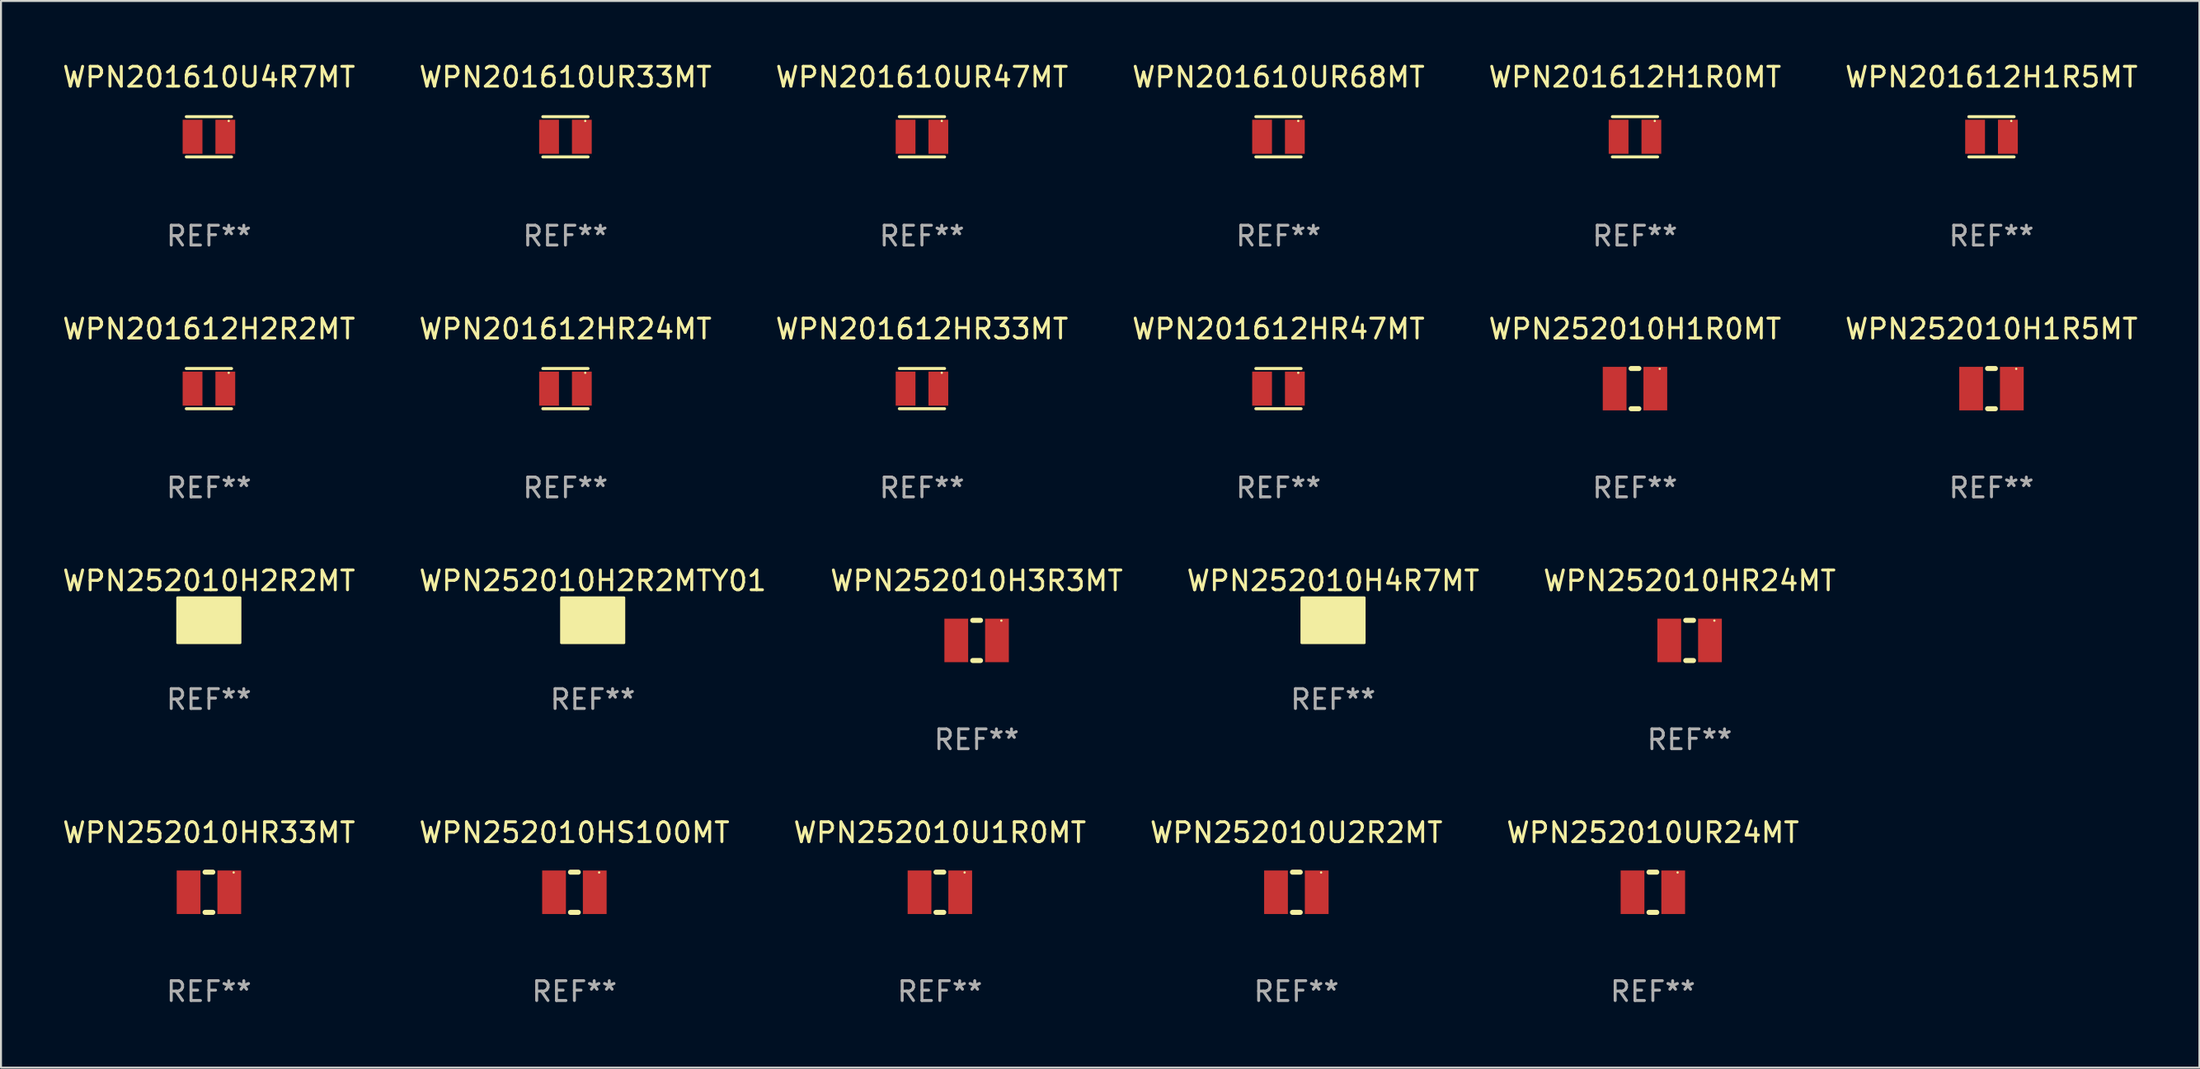
<source format=kicad_pcb>
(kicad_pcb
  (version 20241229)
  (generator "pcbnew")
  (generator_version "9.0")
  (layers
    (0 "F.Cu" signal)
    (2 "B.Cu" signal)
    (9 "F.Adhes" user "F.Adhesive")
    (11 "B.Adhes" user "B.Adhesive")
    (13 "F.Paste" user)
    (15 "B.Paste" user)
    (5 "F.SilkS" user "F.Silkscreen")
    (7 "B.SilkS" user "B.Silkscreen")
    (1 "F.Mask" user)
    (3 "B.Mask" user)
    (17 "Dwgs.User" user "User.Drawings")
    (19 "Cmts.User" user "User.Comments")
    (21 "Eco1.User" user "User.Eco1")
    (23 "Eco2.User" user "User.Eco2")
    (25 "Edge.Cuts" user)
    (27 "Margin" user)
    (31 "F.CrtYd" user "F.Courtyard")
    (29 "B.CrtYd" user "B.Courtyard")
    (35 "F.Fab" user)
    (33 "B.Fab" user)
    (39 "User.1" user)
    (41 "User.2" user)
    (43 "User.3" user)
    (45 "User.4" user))
  (footprint "WPN201610U4R7MT"
    (layer "F.Cu")
    (at 7.506 3.864)
    (property "Reference" "WPN201610U4R7MT" (at 0 -3.016 0) (layer "F.SilkS") (effects (font (size 1 1) (thickness 0.15))))
    (attr through_hole)
    (fp_line (start -1.143 -1.016) (end 1.143 -1.016) (stroke (width 0.152) (type solid)) (layer "F.SilkS"))
    (fp_line (start 1.143 1.016) (end -1.143 1.016) (stroke (width 0.152) (type solid)) (layer "F.SilkS"))
    (fp_circle (center 1 -0.8) (end 1.03 -0.8) (stroke (width 0.06) (type solid)) (fill no) (layer "F.SilkS"))
    (fp_text user "REF**" (at 0 5.016 0) (layer "F.Fab") (effects (font (size 1 1) (thickness 0.15))))
    (pad "1" smd rect (at 0.828 0) (size 1 1.72) (layers "F.Cu" "F.Mask" "F.Paste"))
    (pad "2" smd rect (at -0.828 0) (size 1 1.72) (layers "F.Cu" "F.Mask" "F.Paste")))
  (footprint "WPN252010UR24MT"
    (layer "F.Cu")
    (at 80.458 42.05)
    (property "Reference" "WPN252010UR24MT" (at 0 -3.016 0) (layer "F.SilkS") (effects (font (size 1 1) (thickness 0.15))))
    (attr through_hole)
    (fp_line (start -0.197 1.016) (end 0.197 1.016) (stroke (width 0.254) (type solid)) (layer "F.SilkS"))
    (fp_line (start 0.197 -1.016) (end -0.197 -1.016) (stroke (width 0.254) (type solid)) (layer "F.SilkS"))
    (fp_circle (center 1.25 -1) (end 1.28 -1) (stroke (width 0.06) (type solid)) (fill no) (layer "F.SilkS"))
    (fp_text user "REF**" (at 0 5.016 0) (layer "F.Fab") (effects (font (size 1 1) (thickness 0.15))))
    (pad "1" smd rect (at 1.028 0) (size 1.2 2.2) (layers "F.Cu" "F.Mask" "F.Paste"))
    (pad "2" smd rect (at -1.028 0) (size 1.2 2.2) (layers "F.Cu" "F.Mask" "F.Paste")))
  (footprint "WPN201612H1R5MT"
    (layer "F.Cu")
    (at 97.565 3.864)
    (property "Reference" "WPN201612H1R5MT" (at 0 -3.016 0) (layer "F.SilkS") (effects (font (size 1 1) (thickness 0.15))))
    (attr through_hole)
    (fp_line (start -1.143 -1.016) (end 1.143 -1.016) (stroke (width 0.152) (type solid)) (layer "F.SilkS"))
    (fp_line (start 1.143 1.016) (end -1.143 1.016) (stroke (width 0.152) (type solid)) (layer "F.SilkS"))
    (fp_circle (center 1 -0.8) (end 1.03 -0.8) (stroke (width 0.06) (type solid)) (fill no) (layer "F.SilkS"))
    (fp_text user "REF**" (at 0 5.016 0) (layer "F.Fab") (effects (font (size 1 1) (thickness 0.15))))
    (pad "1" smd rect (at 0.828 0) (size 1 1.72) (layers "F.Cu" "F.Mask" "F.Paste"))
    (pad "2" smd rect (at -0.828 0) (size 1 1.72) (layers "F.Cu" "F.Mask" "F.Paste")))
  (footprint "WPN201610UR68MT"
    (layer "F.Cu")
    (at 61.542 3.864)
    (property "Reference" "WPN201610UR68MT" (at 0 -3.016 0) (layer "F.SilkS") (effects (font (size 1 1) (thickness 0.15))))
    (attr through_hole)
    (fp_line (start -1.143 -1.016) (end 1.143 -1.016) (stroke (width 0.152) (type solid)) (layer "F.SilkS"))
    (fp_line (start 1.143 1.016) (end -1.143 1.016) (stroke (width 0.152) (type solid)) (layer "F.SilkS"))
    (fp_circle (center 1 -0.8) (end 1.03 -0.8) (stroke (width 0.06) (type solid)) (fill no) (layer "F.SilkS"))
    (fp_text user "REF**" (at 0 5.016 0) (layer "F.Fab") (effects (font (size 1 1) (thickness 0.15))))
    (pad "1" smd rect (at 0.828 0) (size 1 1.72) (layers "F.Cu" "F.Mask" "F.Paste"))
    (pad "2" smd rect (at -0.828 0) (size 1 1.72) (layers "F.Cu" "F.Mask" "F.Paste")))
  (footprint "WPN252010U2R2MT"
    (layer "F.Cu")
    (at 62.446 42.05)
    (property "Reference" "WPN252010U2R2MT" (at 0 -3.016 0) (layer "F.SilkS") (effects (font (size 1 1) (thickness 0.15))))
    (attr through_hole)
    (fp_line (start -0.197 1.016) (end 0.197 1.016) (stroke (width 0.254) (type solid)) (layer "F.SilkS"))
    (fp_line (start 0.197 -1.016) (end -0.197 -1.016) (stroke (width 0.254) (type solid)) (layer "F.SilkS"))
    (fp_circle (center 1.25 -1) (end 1.28 -1) (stroke (width 0.06) (type solid)) (fill no) (layer "F.SilkS"))
    (fp_text user "REF**" (at 0 5.016 0) (layer "F.Fab") (effects (font (size 1 1) (thickness 0.15))))
    (pad "1" smd rect (at 1.028 0) (size 1.2 2.2) (layers "F.Cu" "F.Mask" "F.Paste"))
    (pad "2" smd rect (at -1.028 0) (size 1.2 2.2) (layers "F.Cu" "F.Mask" "F.Paste")))
  (footprint "WPN201612HR47MT"
    (layer "F.Cu")
    (at 61.542 16.593)
    (property "Reference" "WPN201612HR47MT" (at 0 -3.016 0) (layer "F.SilkS") (effects (font (size 1 1) (thickness 0.15))))
    (attr through_hole)
    (fp_line (start -1.143 -1.016) (end 1.143 -1.016) (stroke (width 0.152) (type solid)) (layer "F.SilkS"))
    (fp_line (start 1.143 1.016) (end -1.143 1.016) (stroke (width 0.152) (type solid)) (layer "F.SilkS"))
    (fp_circle (center 1 -0.8) (end 1.03 -0.8) (stroke (width 0.06) (type solid)) (fill no) (layer "F.SilkS"))
    (fp_text user "REF**" (at 0 5.016 0) (layer "F.Fab") (effects (font (size 1 1) (thickness 0.15))))
    (pad "1" smd rect (at 0.828 0) (size 1 1.72) (layers "F.Cu" "F.Mask" "F.Paste"))
    (pad "2" smd rect (at -0.828 0) (size 1 1.72) (layers "F.Cu" "F.Mask" "F.Paste")))
  (footprint "WPN252010H1R5MT"
    (layer "F.Cu")
    (at 97.565 16.593)
    (property "Reference" "WPN252010H1R5MT" (at 0 -3.016 0) (layer "F.SilkS") (effects (font (size 1 1) (thickness 0.15))))
    (attr through_hole)
    (fp_line (start -0.197 1.016) (end 0.197 1.016) (stroke (width 0.254) (type solid)) (layer "F.SilkS"))
    (fp_line (start 0.197 -1.016) (end -0.197 -1.016) (stroke (width 0.254) (type solid)) (layer "F.SilkS"))
    (fp_circle (center 1.25 -1) (end 1.28 -1) (stroke (width 0.06) (type solid)) (fill no) (layer "F.SilkS"))
    (fp_text user "REF**" (at 0 5.016 0) (layer "F.Fab") (effects (font (size 1 1) (thickness 0.15))))
    (pad "1" smd rect (at 1.028 0) (size 1.2 2.2) (layers "F.Cu" "F.Mask" "F.Paste"))
    (pad "2" smd rect (at -1.028 0) (size 1.2 2.2) (layers "F.Cu" "F.Mask" "F.Paste")))
  (footprint "WPN252010HR24MT"
    (layer "F.Cu")
    (at 82.315 29.321)
    (property "Reference" "WPN252010HR24MT" (at 0 -3.016 0) (layer "F.SilkS") (effects (font (size 1 1) (thickness 0.15))))
    (attr through_hole)
    (fp_line (start -0.197 1.016) (end 0.197 1.016) (stroke (width 0.254) (type solid)) (layer "F.SilkS"))
    (fp_line (start 0.197 -1.016) (end -0.197 -1.016) (stroke (width 0.254) (type solid)) (layer "F.SilkS"))
    (fp_circle (center 1.25 -1) (end 1.28 -1) (stroke (width 0.06) (type solid)) (fill no) (layer "F.SilkS"))
    (fp_text user "REF**" (at 0 5.016 0) (layer "F.Fab") (effects (font (size 1 1) (thickness 0.15))))
    (pad "1" smd rect (at 1.028 0) (size 1.2 2.2) (layers "F.Cu" "F.Mask" "F.Paste"))
    (pad "2" smd rect (at -1.028 0) (size 1.2 2.2) (layers "F.Cu" "F.Mask" "F.Paste")))
  (footprint "WPN252010H2R2MTY01"
    (layer "F.Cu")
    (at 26.899 28.305)
    (property "Reference" "WPN252010H2R2MTY01" (at 0 -2 0) (layer "F.SilkS") (effects (font (size 1 1) (thickness 0.15))))
    (attr through_hole)
    (fp_circle (center -1.25 -1) (end -1.22 -1) (stroke (width 0.06) (type solid)) (fill no) (layer "F.SilkS"))
    (fp_poly (pts (xy -1.59 -1.148) (xy 1.58 -1.148) (xy 1.58 1.14) (xy -1.59 1.14)) (stroke (width 0.12) (type solid)) (fill yes) (layer "F.SilkS"))
    (fp_text user "REF**" (at 0 4 0) (layer "F.Fab") (effects (font (size 1 1) (thickness 0.15))))
    (pad "1" smd rect (at -0.95 0) (size 0.95 2) (layers "F.Cu" "F.Mask" "F.Paste"))
    (pad "2" smd rect (at 0.95 0) (size 0.95 2) (layers "F.Cu" "F.Mask" "F.Paste")))
  (footprint "WPN252010HS100MT"
    (layer "F.Cu")
    (at 25.97 42.05)
    (property "Reference" "WPN252010HS100MT" (at 0 -3.016 0) (layer "F.SilkS") (effects (font (size 1 1) (thickness 0.15))))
    (attr through_hole)
    (fp_line (start -0.197 1.016) (end 0.197 1.016) (stroke (width 0.254) (type solid)) (layer "F.SilkS"))
    (fp_line (start 0.197 -1.016) (end -0.197 -1.016) (stroke (width 0.254) (type solid)) (layer "F.SilkS"))
    (fp_circle (center 1.25 -1) (end 1.28 -1) (stroke (width 0.06) (type solid)) (fill no) (layer "F.SilkS"))
    (fp_text user "REF**" (at 0 5.016 0) (layer "F.Fab") (effects (font (size 1 1) (thickness 0.15))))
    (pad "1" smd rect (at 1.028 0) (size 1.2 2.2) (layers "F.Cu" "F.Mask" "F.Paste"))
    (pad "2" smd rect (at -1.028 0) (size 1.2 2.2) (layers "F.Cu" "F.Mask" "F.Paste")))
  (footprint "WPN201610UR47MT"
    (layer "F.Cu")
    (at 43.53 3.864)
    (property "Reference" "WPN201610UR47MT" (at 0 -3.016 0) (layer "F.SilkS") (effects (font (size 1 1) (thickness 0.15))))
    (attr through_hole)
    (fp_line (start -1.143 -1.016) (end 1.143 -1.016) (stroke (width 0.152) (type solid)) (layer "F.SilkS"))
    (fp_line (start 1.143 1.016) (end -1.143 1.016) (stroke (width 0.152) (type solid)) (layer "F.SilkS"))
    (fp_circle (center 1 -0.8) (end 1.03 -0.8) (stroke (width 0.06) (type solid)) (fill no) (layer "F.SilkS"))
    (fp_text user "REF**" (at 0 5.016 0) (layer "F.Fab") (effects (font (size 1 1) (thickness 0.15))))
    (pad "1" smd rect (at 0.828 0) (size 1 1.72) (layers "F.Cu" "F.Mask" "F.Paste"))
    (pad "2" smd rect (at -0.828 0) (size 1 1.72) (layers "F.Cu" "F.Mask" "F.Paste")))
  (footprint "WPN201612H1R0MT"
    (layer "F.Cu")
    (at 79.554 3.864)
    (property "Reference" "WPN201612H1R0MT" (at 0 -3.016 0) (layer "F.SilkS") (effects (font (size 1 1) (thickness 0.15))))
    (attr through_hole)
    (fp_line (start -1.143 -1.016) (end 1.143 -1.016) (stroke (width 0.152) (type solid)) (layer "F.SilkS"))
    (fp_line (start 1.143 1.016) (end -1.143 1.016) (stroke (width 0.152) (type solid)) (layer "F.SilkS"))
    (fp_circle (center 1 -0.8) (end 1.03 -0.8) (stroke (width 0.06) (type solid)) (fill no) (layer "F.SilkS"))
    (fp_text user "REF**" (at 0 5.016 0) (layer "F.Fab") (effects (font (size 1 1) (thickness 0.15))))
    (pad "1" smd rect (at 0.828 0) (size 1 1.72) (layers "F.Cu" "F.Mask" "F.Paste"))
    (pad "2" smd rect (at -0.828 0) (size 1 1.72) (layers "F.Cu" "F.Mask" "F.Paste")))
  (footprint "WPN201612H2R2MT"
    (layer "F.Cu")
    (at 7.506 16.593)
    (property "Reference" "WPN201612H2R2MT" (at 0 -3.016 0) (layer "F.SilkS") (effects (font (size 1 1) (thickness 0.15))))
    (attr through_hole)
    (fp_line (start -1.143 -1.016) (end 1.143 -1.016) (stroke (width 0.152) (type solid)) (layer "F.SilkS"))
    (fp_line (start 1.143 1.016) (end -1.143 1.016) (stroke (width 0.152) (type solid)) (layer "F.SilkS"))
    (fp_circle (center 1 -0.8) (end 1.03 -0.8) (stroke (width 0.06) (type solid)) (fill no) (layer "F.SilkS"))
    (fp_text user "REF**" (at 0 5.016 0) (layer "F.Fab") (effects (font (size 1 1) (thickness 0.15))))
    (pad "1" smd rect (at 0.828 0) (size 1 1.72) (layers "F.Cu" "F.Mask" "F.Paste"))
    (pad "2" smd rect (at -0.828 0) (size 1 1.72) (layers "F.Cu" "F.Mask" "F.Paste")))
  (footprint "WPN201612HR33MT"
    (layer "F.Cu")
    (at 43.53 16.593)
    (property "Reference" "WPN201612HR33MT" (at 0 -3.016 0) (layer "F.SilkS") (effects (font (size 1 1) (thickness 0.15))))
    (attr through_hole)
    (fp_line (start -1.143 -1.016) (end 1.143 -1.016) (stroke (width 0.152) (type solid)) (layer "F.SilkS"))
    (fp_line (start 1.143 1.016) (end -1.143 1.016) (stroke (width 0.152) (type solid)) (layer "F.SilkS"))
    (fp_circle (center 1 -0.8) (end 1.03 -0.8) (stroke (width 0.06) (type solid)) (fill no) (layer "F.SilkS"))
    (fp_text user "REF**" (at 0 5.016 0) (layer "F.Fab") (effects (font (size 1 1) (thickness 0.15))))
    (pad "1" smd rect (at 0.828 0) (size 1 1.72) (layers "F.Cu" "F.Mask" "F.Paste"))
    (pad "2" smd rect (at -0.828 0) (size 1 1.72) (layers "F.Cu" "F.Mask" "F.Paste")))
  (footprint "WPN201612HR24MT"
    (layer "F.Cu")
    (at 25.518 16.593)
    (property "Reference" "WPN201612HR24MT" (at 0 -3.016 0) (layer "F.SilkS") (effects (font (size 1 1) (thickness 0.15))))
    (attr through_hole)
    (fp_line (start -1.143 -1.016) (end 1.143 -1.016) (stroke (width 0.152) (type solid)) (layer "F.SilkS"))
    (fp_line (start 1.143 1.016) (end -1.143 1.016) (stroke (width 0.152) (type solid)) (layer "F.SilkS"))
    (fp_circle (center 1 -0.8) (end 1.03 -0.8) (stroke (width 0.06) (type solid)) (fill no) (layer "F.SilkS"))
    (fp_text user "REF**" (at 0 5.016 0) (layer "F.Fab") (effects (font (size 1 1) (thickness 0.15))))
    (pad "1" smd rect (at 0.828 0) (size 1 1.72) (layers "F.Cu" "F.Mask" "F.Paste"))
    (pad "2" smd rect (at -0.828 0) (size 1 1.72) (layers "F.Cu" "F.Mask" "F.Paste")))
  (footprint "WPN252010H4R7MT"
    (layer "F.Cu")
    (at 64.304 28.305)
    (property "Reference" "WPN252010H4R7MT" (at 0 -2 0) (layer "F.SilkS") (effects (font (size 1 1) (thickness 0.15))))
    (attr through_hole)
    (fp_circle (center -1.25 -1) (end -1.22 -1) (stroke (width 0.06) (type solid)) (fill no) (layer "F.SilkS"))
    (fp_poly (pts (xy -1.59 -1.148) (xy 1.58 -1.148) (xy 1.58 1.14) (xy -1.59 1.14)) (stroke (width 0.12) (type solid)) (fill yes) (layer "F.SilkS"))
    (fp_text user "REF**" (at 0 4 0) (layer "F.Fab") (effects (font (size 1 1) (thickness 0.15))))
    (pad "1" smd rect (at -0.95 0) (size 0.95 2) (layers "F.Cu" "F.Mask" "F.Paste"))
    (pad "2" smd rect (at 0.95 0) (size 0.95 2) (layers "F.Cu" "F.Mask" "F.Paste")))
  (footprint "WPN252010HR33MT"
    (layer "F.Cu")
    (at 7.506 42.05)
    (property "Reference" "WPN252010HR33MT" (at 0 -3.016 0) (layer "F.SilkS") (effects (font (size 1 1) (thickness 0.15))))
    (attr through_hole)
    (fp_line (start -0.197 1.016) (end 0.197 1.016) (stroke (width 0.254) (type solid)) (layer "F.SilkS"))
    (fp_line (start 0.197 -1.016) (end -0.197 -1.016) (stroke (width 0.254) (type solid)) (layer "F.SilkS"))
    (fp_circle (center 1.25 -1) (end 1.28 -1) (stroke (width 0.06) (type solid)) (fill no) (layer "F.SilkS"))
    (fp_text user "REF**" (at 0 5.016 0) (layer "F.Fab") (effects (font (size 1 1) (thickness 0.15))))
    (pad "1" smd rect (at 1.028 0) (size 1.2 2.2) (layers "F.Cu" "F.Mask" "F.Paste"))
    (pad "2" smd rect (at -1.028 0) (size 1.2 2.2) (layers "F.Cu" "F.Mask" "F.Paste")))
  (footprint "WPN252010H2R2MT"
    (layer "F.Cu")
    (at 7.506 28.305)
    (property "Reference" "WPN252010H2R2MT" (at 0 -2 0) (layer "F.SilkS") (effects (font (size 1 1) (thickness 0.15))))
    (attr through_hole)
    (fp_circle (center -1.25 -1) (end -1.22 -1) (stroke (width 0.06) (type solid)) (fill no) (layer "F.SilkS"))
    (fp_poly (pts (xy -1.59 -1.148) (xy 1.58 -1.148) (xy 1.58 1.14) (xy -1.59 1.14)) (stroke (width 0.12) (type solid)) (fill yes) (layer "F.SilkS"))
    (fp_text user "REF**" (at 0 4 0) (layer "F.Fab") (effects (font (size 1 1) (thickness 0.15))))
    (pad "1" smd rect (at -0.95 0) (size 0.95 2) (layers "F.Cu" "F.Mask" "F.Paste"))
    (pad "2" smd rect (at 0.95 0) (size 0.95 2) (layers "F.Cu" "F.Mask" "F.Paste")))
  (footprint "WPN201610UR33MT"
    (layer "F.Cu")
    (at 25.518 3.864)
    (property "Reference" "WPN201610UR33MT" (at 0 -3.016 0) (layer "F.SilkS") (effects (font (size 1 1) (thickness 0.15))))
    (attr through_hole)
    (fp_line (start -1.143 -1.016) (end 1.143 -1.016) (stroke (width 0.152) (type solid)) (layer "F.SilkS"))
    (fp_line (start 1.143 1.016) (end -1.143 1.016) (stroke (width 0.152) (type solid)) (layer "F.SilkS"))
    (fp_circle (center 1 -0.8) (end 1.03 -0.8) (stroke (width 0.06) (type solid)) (fill no) (layer "F.SilkS"))
    (fp_text user "REF**" (at 0 5.016 0) (layer "F.Fab") (effects (font (size 1 1) (thickness 0.15))))
    (pad "1" smd rect (at 0.828 0) (size 1 1.72) (layers "F.Cu" "F.Mask" "F.Paste"))
    (pad "2" smd rect (at -0.828 0) (size 1 1.72) (layers "F.Cu" "F.Mask" "F.Paste")))
  (footprint "WPN252010U1R0MT"
    (layer "F.Cu")
    (at 44.435 42.05)
    (property "Reference" "WPN252010U1R0MT" (at 0 -3.016 0) (layer "F.SilkS") (effects (font (size 1 1) (thickness 0.15))))
    (attr through_hole)
    (fp_line (start -0.197 1.016) (end 0.197 1.016) (stroke (width 0.254) (type solid)) (layer "F.SilkS"))
    (fp_line (start 0.197 -1.016) (end -0.197 -1.016) (stroke (width 0.254) (type solid)) (layer "F.SilkS"))
    (fp_circle (center 1.25 -1) (end 1.28 -1) (stroke (width 0.06) (type solid)) (fill no) (layer "F.SilkS"))
    (fp_text user "REF**" (at 0 5.016 0) (layer "F.Fab") (effects (font (size 1 1) (thickness 0.15))))
    (pad "1" smd rect (at 1.028 0) (size 1.2 2.2) (layers "F.Cu" "F.Mask" "F.Paste"))
    (pad "2" smd rect (at -1.028 0) (size 1.2 2.2) (layers "F.Cu" "F.Mask" "F.Paste")))
  (footprint "WPN252010H1R0MT"
    (layer "F.Cu")
    (at 79.554 16.593)
    (property "Reference" "WPN252010H1R0MT" (at 0 -3.016 0) (layer "F.SilkS") (effects (font (size 1 1) (thickness 0.15))))
    (attr through_hole)
    (fp_line (start -0.197 1.016) (end 0.197 1.016) (stroke (width 0.254) (type solid)) (layer "F.SilkS"))
    (fp_line (start 0.197 -1.016) (end -0.197 -1.016) (stroke (width 0.254) (type solid)) (layer "F.SilkS"))
    (fp_circle (center 1.25 -1) (end 1.28 -1) (stroke (width 0.06) (type solid)) (fill no) (layer "F.SilkS"))
    (fp_text user "REF**" (at 0 5.016 0) (layer "F.Fab") (effects (font (size 1 1) (thickness 0.15))))
    (pad "1" smd rect (at 1.028 0) (size 1.2 2.2) (layers "F.Cu" "F.Mask" "F.Paste"))
    (pad "2" smd rect (at -1.028 0) (size 1.2 2.2) (layers "F.Cu" "F.Mask" "F.Paste")))
  (footprint "WPN252010H3R3MT"
    (layer "F.Cu")
    (at 46.292 29.321)
    (property "Reference" "WPN252010H3R3MT" (at 0 -3.016 0) (layer "F.SilkS") (effects (font (size 1 1) (thickness 0.15))))
    (attr through_hole)
    (fp_line (start -0.197 1.016) (end 0.197 1.016) (stroke (width 0.254) (type solid)) (layer "F.SilkS"))
    (fp_line (start 0.197 -1.016) (end -0.197 -1.016) (stroke (width 0.254) (type solid)) (layer "F.SilkS"))
    (fp_circle (center 1.25 -1) (end 1.28 -1) (stroke (width 0.06) (type solid)) (fill no) (layer "F.SilkS"))
    (fp_text user "REF**" (at 0 5.016 0) (layer "F.Fab") (effects (font (size 1 1) (thickness 0.15))))
    (pad "1" smd rect (at 1.028 0) (size 1.2 2.2) (layers "F.Cu" "F.Mask" "F.Paste"))
    (pad "2" smd rect (at -1.028 0) (size 1.2 2.2) (layers "F.Cu" "F.Mask" "F.Paste")))
  (gr_rect
    (start -3 -3)
    (end 108.071 50.914)
    (stroke (width 0.1) (type default))
    (fill no)
    (layer "Edge.Cuts")))
</source>
